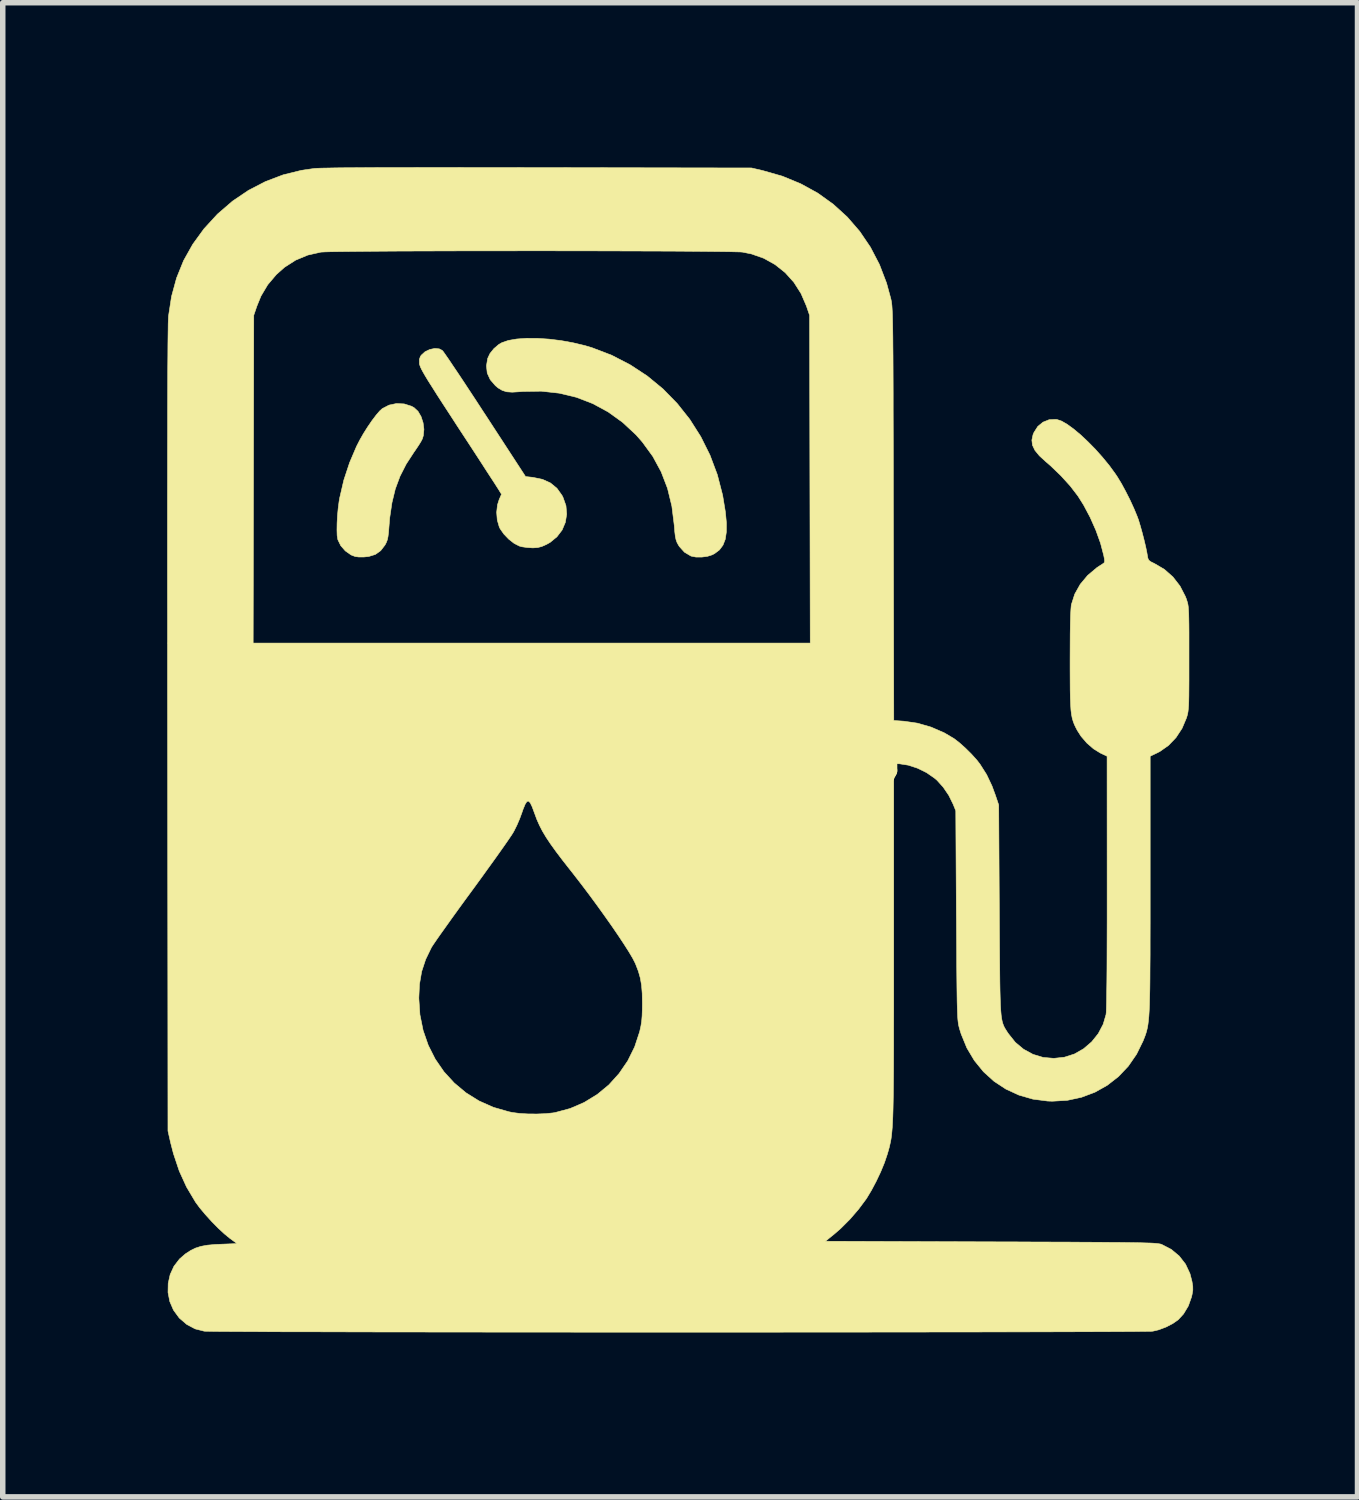
<source format=kicad_pcb>
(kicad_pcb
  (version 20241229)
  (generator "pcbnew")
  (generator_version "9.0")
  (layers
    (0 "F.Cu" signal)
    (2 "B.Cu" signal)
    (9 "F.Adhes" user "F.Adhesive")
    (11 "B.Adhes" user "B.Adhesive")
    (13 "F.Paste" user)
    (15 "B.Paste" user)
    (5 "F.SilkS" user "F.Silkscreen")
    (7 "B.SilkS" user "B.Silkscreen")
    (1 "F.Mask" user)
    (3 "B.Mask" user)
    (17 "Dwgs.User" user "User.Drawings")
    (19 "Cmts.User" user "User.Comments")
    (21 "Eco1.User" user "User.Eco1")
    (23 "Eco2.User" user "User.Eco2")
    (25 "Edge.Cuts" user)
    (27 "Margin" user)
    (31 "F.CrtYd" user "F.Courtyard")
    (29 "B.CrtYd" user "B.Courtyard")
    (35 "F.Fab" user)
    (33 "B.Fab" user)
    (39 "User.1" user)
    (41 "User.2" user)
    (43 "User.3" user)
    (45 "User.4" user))
  (footprint "medido"
    (layer "F.Cu")
    (at 9.358 10.607)
    (property "Reference" "medido" (at 0 0 0) (layer "F.SilkS") (effects (font (size 1.524 1.524) (thickness 0.3))))
    (attr through_hole)
    (fp_poly (pts (xy -5.035 -6.289) (xy -4.902 -6.247) (xy -4.855 -6.221) (xy -4.783 -6.154) (xy -4.727 -6.058) (xy -4.69 -5.944) (xy -4.675 -5.825) (xy -4.686 -5.71) (xy -4.704 -5.651) (xy -4.73 -5.601) (xy -4.774 -5.53) (xy -4.829 -5.448) (xy -4.857 -5.408) (xy -4.999 -5.19) (xy -5.111 -4.97) (xy -5.197 -4.739) (xy -5.258 -4.488) (xy -5.299 -4.211) (xy -5.311 -4.065) (xy -5.32 -3.951) (xy -5.33 -3.869) (xy -5.343 -3.808) (xy -5.362 -3.759) (xy -5.385 -3.715) (xy -5.464 -3.612) (xy -5.561 -3.543) (xy -5.681 -3.506) (xy -5.766 -3.497) (xy -5.859 -3.496) (xy -5.928 -3.505) (xy -5.989 -3.528) (xy -6.007 -3.536) (xy -6.109 -3.608) (xy -6.192 -3.703) (xy -6.244 -3.81) (xy -6.247 -3.821) (xy -6.258 -3.889) (xy -6.261 -3.99) (xy -6.259 -4.113) (xy -6.252 -4.247) (xy -6.239 -4.384) (xy -6.222 -4.514) (xy -6.212 -4.572) (xy -6.136 -4.899) (xy -6.031 -5.217) (xy -5.904 -5.515) (xy -5.845 -5.63) (xy -5.776 -5.751) (xy -5.7 -5.871) (xy -5.622 -5.985) (xy -5.547 -6.084) (xy -5.482 -6.16) (xy -5.435 -6.203) (xy -5.312 -6.267) (xy -5.176 -6.296) (xy -5.035 -6.289)) (stroke (width 0.01) (type solid)) (fill yes) (layer "F.SilkS"))
    (fp_poly (pts (xy -2.605 -7.485) (xy -2.393 -7.471) (xy -2.173 -7.444) (xy -1.953 -7.404) (xy -1.738 -7.353) (xy -1.608 -7.314) (xy -1.25 -7.177) (xy -0.915 -7.004) (xy -0.602 -6.799) (xy -0.315 -6.563) (xy -0.056 -6.298) (xy 0.175 -6.007) (xy 0.375 -5.692) (xy 0.543 -5.355) (xy 0.677 -4.998) (xy 0.774 -4.623) (xy 0.824 -4.319) (xy 0.843 -4.119) (xy 0.842 -3.954) (xy 0.822 -3.82) (xy 0.78 -3.712) (xy 0.716 -3.626) (xy 0.629 -3.56) (xy 0.586 -3.537) (xy 0.499 -3.509) (xy 0.394 -3.495) (xy 0.289 -3.495) (xy 0.202 -3.512) (xy 0.194 -3.515) (xy 0.078 -3.584) (xy -0.015 -3.687) (xy -0.034 -3.717) (xy -0.059 -3.764) (xy -0.076 -3.812) (xy -0.089 -3.873) (xy -0.099 -3.956) (xy -0.108 -4.071) (xy -0.109 -4.079) (xy -0.152 -4.424) (xy -0.231 -4.748) (xy -0.347 -5.05) (xy -0.5 -5.332) (xy -0.69 -5.593) (xy -0.807 -5.726) (xy -1.051 -5.953) (xy -1.315 -6.143) (xy -1.596 -6.295) (xy -1.895 -6.41) (xy -2.208 -6.485) (xy -2.533 -6.521) (xy -2.869 -6.516) (xy -2.933 -6.511) (xy -3.064 -6.503) (xy -3.165 -6.51) (xy -3.247 -6.536) (xy -3.322 -6.581) (xy -3.37 -6.621) (xy -3.465 -6.731) (xy -3.52 -6.851) (xy -3.534 -6.984) (xy -3.512 -7.119) (xy -3.47 -7.208) (xy -3.399 -7.297) (xy -3.31 -7.373) (xy -3.253 -7.406) (xy -3.134 -7.447) (xy -2.983 -7.473) (xy -2.804 -7.486) (xy -2.605 -7.485)) (stroke (width 0.01) (type solid)) (fill yes) (layer "F.SilkS"))
    (fp_poly (pts (xy -4.394 -7.293) (xy -4.341 -7.265) (xy -4.321 -7.242) (xy -4.281 -7.185) (xy -4.222 -7.1) (xy -4.147 -6.988) (xy -4.056 -6.853) (xy -3.953 -6.698) (xy -3.84 -6.526) (xy -3.718 -6.341) (xy -3.59 -6.144) (xy -3.558 -6.096) (xy -2.821 -4.964) (xy -2.687 -4.949) (xy -2.513 -4.913) (xy -2.367 -4.847) (xy -2.249 -4.75) (xy -2.156 -4.62) (xy -2.138 -4.585) (xy -2.084 -4.433) (xy -2.071 -4.278) (xy -2.095 -4.129) (xy -2.154 -3.989) (xy -2.248 -3.866) (xy -2.373 -3.763) (xy -2.439 -3.726) (xy -2.525 -3.688) (xy -2.599 -3.669) (xy -2.685 -3.663) (xy -2.707 -3.664) (xy -2.797 -3.67) (xy -2.886 -3.683) (xy -2.937 -3.697) (xy -3.031 -3.746) (xy -3.128 -3.822) (xy -3.216 -3.914) (xy -3.283 -4.009) (xy -3.3 -4.043) (xy -3.337 -4.17) (xy -3.348 -4.311) (xy -3.333 -4.448) (xy -3.303 -4.542) (xy -3.26 -4.641) (xy -3.32 -4.739) (xy -3.343 -4.774) (xy -3.386 -4.842) (xy -3.448 -4.937) (xy -3.527 -5.058) (xy -3.619 -5.201) (xy -3.723 -5.361) (xy -3.837 -5.536) (xy -3.959 -5.722) (xy -4.065 -5.884) (xy -4.21 -6.108) (xy -4.334 -6.298) (xy -4.438 -6.459) (xy -4.523 -6.594) (xy -4.593 -6.704) (xy -4.647 -6.793) (xy -4.688 -6.864) (xy -4.718 -6.919) (xy -4.738 -6.962) (xy -4.75 -6.995) (xy -4.757 -7.02) (xy -4.757 -7.027) (xy -4.758 -7.101) (xy -4.739 -7.155) (xy -4.723 -7.178) (xy -4.654 -7.241) (xy -4.568 -7.282) (xy -4.477 -7.301) (xy -4.394 -7.293)) (stroke (width 0.01) (type solid)) (fill yes) (layer "F.SilkS"))
    (fp_poly (pts (xy -3.779 -10.601) (xy -3.292 -10.601) (xy -2.763 -10.6) (xy -2.572 -10.6) (xy 1.302 -10.593) (xy 1.507 -10.545) (xy 1.864 -10.443) (xy 2.198 -10.305) (xy 2.508 -10.135) (xy 2.791 -9.932) (xy 3.047 -9.699) (xy 3.274 -9.437) (xy 3.47 -9.148) (xy 3.634 -8.833) (xy 3.764 -8.494) (xy 3.838 -8.223) (xy 3.844 -8.199) (xy 3.849 -8.175) (xy 3.854 -8.149) (xy 3.858 -8.118) (xy 3.862 -8.082) (xy 3.865 -8.038) (xy 3.868 -7.985) (xy 3.871 -7.919) (xy 3.873 -7.84) (xy 3.875 -7.746) (xy 3.877 -7.634) (xy 3.879 -7.503) (xy 3.88 -7.35) (xy 3.882 -7.174) (xy 3.883 -6.973) (xy 3.884 -6.745) (xy 3.885 -6.488) (xy 3.885 -6.2) (xy 3.886 -5.879) (xy 3.887 -5.523) (xy 3.888 -5.131) (xy 3.888 -4.7) (xy 3.889 -4.274) (xy 3.896 -0.514) (xy 4.081 -0.501) (xy 4.329 -0.465) (xy 4.578 -0.393) (xy 4.815 -0.29) (xy 4.995 -0.184) (xy 5.093 -0.108) (xy 5.203 -0.01) (xy 5.313 0.099) (xy 5.411 0.208) (xy 5.471 0.286) (xy 5.59 0.474) (xy 5.688 0.681) (xy 5.749 0.847) (xy 5.81 1.027) (xy 5.821 2.942) (xy 5.823 3.279) (xy 5.825 3.576) (xy 5.827 3.837) (xy 5.829 4.063) (xy 5.831 4.259) (xy 5.834 4.425) (xy 5.838 4.566) (xy 5.842 4.684) (xy 5.848 4.781) (xy 5.855 4.861) (xy 5.864 4.926) (xy 5.875 4.98) (xy 5.888 5.023) (xy 5.903 5.061) (xy 5.92 5.095) (xy 5.94 5.127) (xy 5.962 5.162) (xy 5.986 5.198) (xy 6.113 5.357) (xy 6.264 5.483) (xy 6.435 5.576) (xy 6.62 5.632) (xy 6.816 5.649) (xy 7.01 5.628) (xy 7.193 5.569) (xy 7.359 5.474) (xy 7.506 5.348) (xy 7.626 5.198) (xy 7.716 5.027) (xy 7.768 4.85) (xy 7.772 4.809) (xy 7.775 4.727) (xy 7.778 4.605) (xy 7.78 4.445) (xy 7.783 4.248) (xy 7.785 4.015) (xy 7.786 3.748) (xy 7.787 3.447) (xy 7.788 3.115) (xy 7.788 2.752) (xy 7.788 2.437) (xy 7.787 0.138) (xy 7.663 0.079) (xy 7.54 0.003) (xy 7.419 -0.102) (xy 7.313 -0.225) (xy 7.243 -0.334) (xy 7.213 -0.392) (xy 7.188 -0.445) (xy 7.168 -0.499) (xy 7.151 -0.557) (xy 7.138 -0.625) (xy 7.128 -0.705) (xy 7.122 -0.803) (xy 7.117 -0.924) (xy 7.114 -1.07) (xy 7.113 -1.248) (xy 7.112 -1.461) (xy 7.112 -1.612) (xy 7.113 -1.87) (xy 7.114 -2.093) (xy 7.117 -2.28) (xy 7.121 -2.43) (xy 7.127 -2.541) (xy 7.133 -2.612) (xy 7.136 -2.629) (xy 7.197 -2.82) (xy 7.297 -2.998) (xy 7.433 -3.161) (xy 7.603 -3.304) (xy 7.715 -3.377) (xy 7.735 -3.393) (xy 7.742 -3.418) (xy 7.738 -3.464) (xy 7.726 -3.525) (xy 7.668 -3.747) (xy 7.583 -3.983) (xy 7.478 -4.22) (xy 7.359 -4.444) (xy 7.256 -4.608) (xy 7.115 -4.792) (xy 6.945 -4.979) (xy 6.757 -5.16) (xy 6.671 -5.234) (xy 6.552 -5.343) (xy 6.471 -5.442) (xy 6.426 -5.536) (xy 6.415 -5.629) (xy 6.436 -5.727) (xy 6.453 -5.768) (xy 6.523 -5.878) (xy 6.618 -5.956) (xy 6.73 -6.001) (xy 6.853 -6.007) (xy 6.874 -6.004) (xy 6.957 -5.976) (xy 7.059 -5.917) (xy 7.176 -5.832) (xy 7.304 -5.725) (xy 7.437 -5.6) (xy 7.572 -5.463) (xy 7.703 -5.316) (xy 7.827 -5.165) (xy 7.937 -5.014) (xy 7.974 -4.959) (xy 8.048 -4.837) (xy 8.127 -4.691) (xy 8.206 -4.535) (xy 8.277 -4.38) (xy 8.335 -4.24) (xy 8.36 -4.173) (xy 8.392 -4.067) (xy 8.427 -3.942) (xy 8.461 -3.81) (xy 8.491 -3.684) (xy 8.513 -3.577) (xy 8.521 -3.53) (xy 8.531 -3.474) (xy 8.548 -3.438) (xy 8.582 -3.411) (xy 8.643 -3.381) (xy 8.653 -3.376) (xy 8.832 -3.271) (xy 8.988 -3.133) (xy 9.117 -2.967) (xy 9.215 -2.777) (xy 9.233 -2.731) (xy 9.244 -2.697) (xy 9.254 -2.664) (xy 9.262 -2.629) (xy 9.268 -2.587) (xy 9.272 -2.533) (xy 9.276 -2.464) (xy 9.278 -2.375) (xy 9.28 -2.262) (xy 9.281 -2.121) (xy 9.281 -1.947) (xy 9.281 -1.737) (xy 9.281 -1.651) (xy 9.281 -1.426) (xy 9.281 -1.24) (xy 9.28 -1.087) (xy 9.279 -0.963) (xy 9.277 -0.865) (xy 9.274 -0.788) (xy 9.269 -0.727) (xy 9.264 -0.679) (xy 9.257 -0.639) (xy 9.248 -0.603) (xy 9.237 -0.567) (xy 9.234 -0.558) (xy 9.155 -0.371) (xy 9.044 -0.202) (xy 8.907 -0.059) (xy 8.749 0.052) (xy 8.694 0.08) (xy 8.573 0.138) (xy 8.573 2.468) (xy 8.573 2.849) (xy 8.573 3.19) (xy 8.572 3.494) (xy 8.572 3.763) (xy 8.57 3.999) (xy 8.569 4.206) (xy 8.567 4.385) (xy 8.563 4.54) (xy 8.56 4.672) (xy 8.555 4.785) (xy 8.549 4.88) (xy 8.541 4.961) (xy 8.533 5.029) (xy 8.523 5.088) (xy 8.511 5.139) (xy 8.498 5.186) (xy 8.483 5.23) (xy 8.466 5.275) (xy 8.447 5.322) (xy 8.445 5.329) (xy 8.325 5.573) (xy 8.174 5.792) (xy 7.995 5.981) (xy 7.79 6.141) (xy 7.565 6.267) (xy 7.32 6.359) (xy 7.061 6.415) (xy 6.789 6.431) (xy 6.704 6.428) (xy 6.433 6.393) (xy 6.178 6.319) (xy 5.941 6.21) (xy 5.724 6.067) (xy 5.532 5.893) (xy 5.366 5.689) (xy 5.229 5.459) (xy 5.125 5.205) (xy 5.096 5.112) (xy 5.088 5.082) (xy 5.081 5.053) (xy 5.075 5.021) (xy 5.07 4.984) (xy 5.065 4.939) (xy 5.061 4.883) (xy 5.058 4.813) (xy 5.055 4.727) (xy 5.052 4.622) (xy 5.05 4.495) (xy 5.048 4.343) (xy 5.046 4.163) (xy 5.044 3.952) (xy 5.043 3.709) (xy 5.041 3.429) (xy 5.039 3.11) (xy 5.038 3.037) (xy 5.027 1.132) (xy 4.978 1.011) (xy 4.899 0.851) (xy 4.797 0.701) (xy 4.683 0.575) (xy 4.642 0.54) (xy 4.494 0.437) (xy 4.329 0.356) (xy 4.161 0.301) (xy 4.001 0.276) (xy 3.968 0.275) (xy 3.895 0.275) (xy 3.895 3.527) (xy 3.895 3.975) (xy 3.895 4.382) (xy 3.895 4.752) (xy 3.894 5.085) (xy 3.894 5.385) (xy 3.893 5.653) (xy 3.892 5.892) (xy 3.89 6.103) (xy 3.888 6.289) (xy 3.885 6.451) (xy 3.882 6.593) (xy 3.878 6.716) (xy 3.873 6.821) (xy 3.868 6.913) (xy 3.861 6.991) (xy 3.854 7.06) (xy 3.846 7.12) (xy 3.836 7.173) (xy 3.825 7.223) (xy 3.814 7.271) (xy 3.801 7.319) (xy 3.786 7.37) (xy 3.776 7.404) (xy 3.726 7.552) (xy 3.657 7.72) (xy 3.575 7.893) (xy 3.488 8.057) (xy 3.402 8.2) (xy 3.392 8.215) (xy 3.253 8.402) (xy 3.095 8.585) (xy 2.929 8.751) (xy 2.818 8.848) (xy 2.649 8.985) (xy 5.669 8.996) (xy 6.088 8.997) (xy 6.466 8.999) (xy 6.806 9) (xy 7.11 9.001) (xy 7.381 9.003) (xy 7.619 9.004) (xy 7.828 9.006) (xy 8.009 9.007) (xy 8.165 9.009) (xy 8.297 9.011) (xy 8.408 9.013) (xy 8.499 9.016) (xy 8.574 9.018) (xy 8.633 9.021) (xy 8.68 9.025) (xy 8.716 9.029) (xy 8.743 9.033) (xy 8.764 9.037) (xy 8.78 9.042) (xy 8.784 9.044) (xy 8.958 9.134) (xy 9.103 9.255) (xy 9.218 9.403) (xy 9.299 9.576) (xy 9.336 9.719) (xy 9.35 9.807) (xy 9.351 9.878) (xy 9.338 9.955) (xy 9.327 10.003) (xy 9.269 10.166) (xy 9.182 10.311) (xy 9.085 10.417) (xy 8.985 10.487) (xy 8.861 10.551) (xy 8.728 10.601) (xy 8.623 10.626) (xy 8.593 10.628) (xy 8.523 10.629) (xy 8.413 10.63) (xy 8.267 10.632) (xy 8.085 10.633) (xy 7.869 10.634) (xy 7.622 10.635) (xy 7.344 10.636) (xy 7.038 10.637) (xy 6.705 10.638) (xy 6.347 10.639) (xy 5.965 10.639) (xy 5.563 10.64) (xy 5.14 10.641) (xy 4.699 10.641) (xy 4.242 10.642) (xy 3.77 10.642) (xy 3.286 10.643) (xy 2.79 10.643) (xy 2.285 10.643) (xy 1.772 10.644) (xy 1.253 10.644) (xy 0.73 10.644) (xy 0.204 10.644) (xy -0.322 10.644) (xy -0.847 10.644) (xy -1.37 10.644) (xy -1.888 10.644) (xy -2.401 10.643) (xy -2.905 10.643) (xy -3.4 10.643) (xy -3.883 10.642) (xy -4.353 10.642) (xy -4.808 10.641) (xy -5.247 10.641) (xy -5.668 10.64) (xy -6.068 10.639) (xy -6.447 10.638) (xy -6.803 10.637) (xy -7.133 10.637) (xy -7.436 10.636) (xy -7.711 10.634) (xy -7.955 10.633) (xy -8.167 10.632) (xy -8.345 10.631) (xy -8.487 10.63) (xy -8.593 10.628) (xy -8.659 10.627) (xy -8.683 10.626) (xy -8.848 10.584) (xy -9.001 10.503) (xy -9.136 10.387) (xy -9.141 10.381) (xy -9.244 10.24) (xy -9.311 10.084) (xy -9.343 9.92) (xy -9.34 9.755) (xy -9.304 9.593) (xy -9.235 9.442) (xy -9.133 9.309) (xy -9.026 9.216) (xy -8.932 9.155) (xy -8.841 9.11) (xy -8.741 9.078) (xy -8.625 9.057) (xy -8.482 9.044) (xy -8.386 9.04) (xy -8.084 9.028) (xy -8.213 8.934) (xy -8.312 8.853) (xy -8.426 8.748) (xy -8.545 8.627) (xy -8.661 8.499) (xy -8.764 8.376) (xy -8.845 8.266) (xy -8.845 8.265) (xy -9.006 7.994) (xy -9.138 7.704) (xy -9.244 7.387) (xy -9.296 7.186) (xy -9.344 6.974) (xy -9.346 4.551) (xy -4.768 4.551) (xy -4.748 4.852) (xy -4.69 5.139) (xy -4.596 5.41) (xy -4.469 5.662) (xy -4.31 5.893) (xy -4.122 6.098) (xy -3.908 6.277) (xy -3.669 6.426) (xy -3.408 6.542) (xy -3.126 6.623) (xy -3.059 6.637) (xy -2.928 6.654) (xy -2.774 6.663) (xy -2.611 6.664) (xy -2.455 6.658) (xy -2.32 6.644) (xy -2.283 6.638) (xy -2.008 6.564) (xy -1.751 6.453) (xy -1.514 6.308) (xy -1.301 6.132) (xy -1.115 5.926) (xy -0.957 5.695) (xy -0.831 5.44) (xy -0.74 5.164) (xy -0.737 5.151) (xy -0.717 5.061) (xy -0.703 4.973) (xy -0.695 4.876) (xy -0.691 4.757) (xy -0.69 4.646) (xy -0.693 4.465) (xy -0.705 4.315) (xy -0.728 4.183) (xy -0.763 4.06) (xy -0.812 3.933) (xy -0.825 3.904) (xy -0.868 3.82) (xy -0.935 3.707) (xy -1.022 3.57) (xy -1.126 3.413) (xy -1.244 3.24) (xy -1.374 3.056) (xy -1.511 2.865) (xy -1.653 2.672) (xy -1.797 2.481) (xy -1.94 2.296) (xy -1.996 2.225) (xy -2.142 2.039) (xy -2.264 1.878) (xy -2.364 1.739) (xy -2.446 1.616) (xy -2.513 1.504) (xy -2.568 1.397) (xy -2.615 1.291) (xy -2.656 1.18) (xy -2.658 1.175) (xy -2.7 1.061) (xy -2.735 0.988) (xy -2.767 0.956) (xy -2.797 0.965) (xy -2.829 1.015) (xy -2.866 1.105) (xy -2.887 1.166) (xy -2.928 1.277) (xy -2.978 1.394) (xy -3.029 1.497) (xy -3.045 1.526) (xy -3.075 1.574) (xy -3.127 1.651) (xy -3.199 1.755) (xy -3.288 1.881) (xy -3.391 2.026) (xy -3.506 2.185) (xy -3.629 2.356) (xy -3.758 2.533) (xy -3.802 2.593) (xy -3.932 2.77) (xy -4.056 2.941) (xy -4.172 3.102) (xy -4.276 3.248) (xy -4.368 3.377) (xy -4.443 3.484) (xy -4.499 3.566) (xy -4.534 3.619) (xy -4.54 3.63) (xy -4.644 3.845) (xy -4.716 4.064) (xy -4.756 4.296) (xy -4.768 4.551) (xy -9.346 4.551) (xy -9.351 -0.339) (xy -9.352 -1.059) (xy -9.352 -1.739) (xy -9.352 -1.926) (xy -7.79 -1.926) (xy 2.372 -1.926) (xy 2.366 -4.916) (xy 2.36 -7.906) (xy 2.302 -8.076) (xy 2.204 -8.303) (xy 2.074 -8.507) (xy 1.915 -8.684) (xy 1.73 -8.831) (xy 1.524 -8.946) (xy 1.299 -9.025) (xy 1.136 -9.058) (xy 1.093 -9.061) (xy 1.011 -9.063) (xy 0.892 -9.066) (xy 0.738 -9.068) (xy 0.553 -9.07) (xy 0.339 -9.072) (xy 0.099 -9.074) (xy -0.165 -9.076) (xy -0.45 -9.077) (xy -0.752 -9.078) (xy -1.07 -9.079) (xy -1.401 -9.08) (xy -1.742 -9.081) (xy -2.091 -9.081) (xy -2.444 -9.082) (xy -2.799 -9.082) (xy -3.153 -9.081) (xy -3.504 -9.081) (xy -3.849 -9.081) (xy -4.185 -9.08) (xy -4.51 -9.079) (xy -4.821 -9.078) (xy -5.115 -9.077) (xy -5.389 -9.075) (xy -5.641 -9.073) (xy -5.868 -9.071) (xy -6.068 -9.069) (xy -6.238 -9.067) (xy -6.374 -9.065) (xy -6.475 -9.062) (xy -6.538 -9.059) (xy -6.554 -9.058) (xy -6.793 -9.004) (xy -7.014 -8.912) (xy -7.216 -8.783) (xy -7.367 -8.649) (xy -7.525 -8.462) (xy -7.647 -8.257) (xy -7.721 -8.076) (xy -7.779 -7.906) (xy -7.784 -4.916) (xy -7.79 -1.926) (xy -9.352 -1.926) (xy -9.352 -2.377) (xy -9.353 -2.976) (xy -9.353 -3.536) (xy -9.353 -4.058) (xy -9.353 -4.542) (xy -9.352 -4.99) (xy -9.352 -5.402) (xy -9.351 -5.78) (xy -9.351 -6.123) (xy -9.35 -6.434) (xy -9.349 -6.712) (xy -9.348 -6.959) (xy -9.346 -7.175) (xy -9.345 -7.361) (xy -9.343 -7.518) (xy -9.341 -7.647) (xy -9.34 -7.749) (xy -9.337 -7.825) (xy -9.335 -7.875) (xy -9.334 -7.891) (xy -9.279 -8.249) (xy -9.187 -8.586) (xy -9.059 -8.903) (xy -8.892 -9.201) (xy -8.687 -9.483) (xy -8.443 -9.749) (xy -8.432 -9.759) (xy -8.165 -9.989) (xy -7.875 -10.185) (xy -7.566 -10.345) (xy -7.242 -10.468) (xy -6.905 -10.551) (xy -6.673 -10.584) (xy -6.624 -10.587) (xy -6.542 -10.59) (xy -6.428 -10.592) (xy -6.279 -10.595) (xy -6.096 -10.597) (xy -5.877 -10.598) (xy -5.622 -10.6) (xy -5.33 -10.601) (xy -5.001 -10.601) (xy -4.633 -10.602) (xy -4.226 -10.602) (xy -3.779 -10.601)) (stroke (width 0.01) (type solid)) (fill yes) (layer "F.SilkS")))
  (gr_rect
    (start -3 -3)
    (end 21.713 24.256)
    (stroke (width 0.1) (type default))
    (fill no)
    (layer "Edge.Cuts")))
</source>
